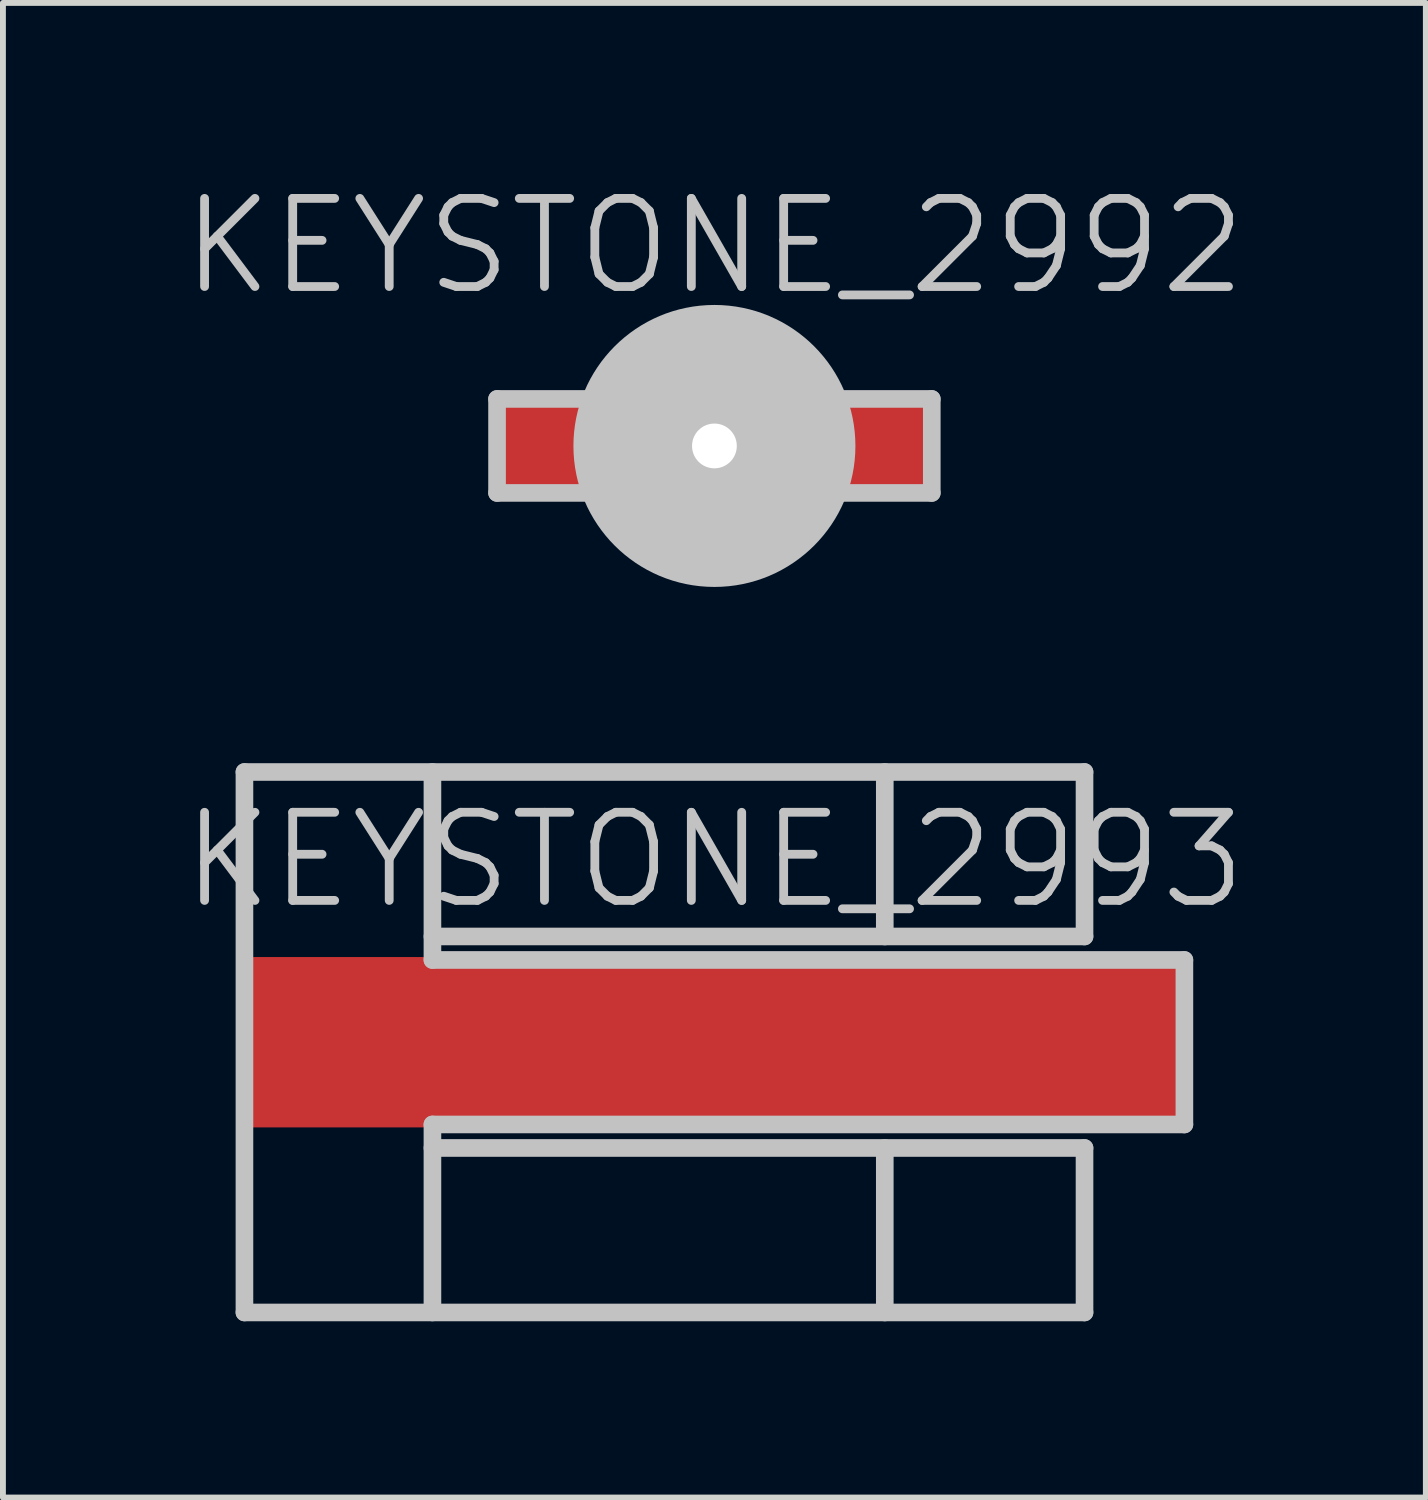
<source format=kicad_pcb>
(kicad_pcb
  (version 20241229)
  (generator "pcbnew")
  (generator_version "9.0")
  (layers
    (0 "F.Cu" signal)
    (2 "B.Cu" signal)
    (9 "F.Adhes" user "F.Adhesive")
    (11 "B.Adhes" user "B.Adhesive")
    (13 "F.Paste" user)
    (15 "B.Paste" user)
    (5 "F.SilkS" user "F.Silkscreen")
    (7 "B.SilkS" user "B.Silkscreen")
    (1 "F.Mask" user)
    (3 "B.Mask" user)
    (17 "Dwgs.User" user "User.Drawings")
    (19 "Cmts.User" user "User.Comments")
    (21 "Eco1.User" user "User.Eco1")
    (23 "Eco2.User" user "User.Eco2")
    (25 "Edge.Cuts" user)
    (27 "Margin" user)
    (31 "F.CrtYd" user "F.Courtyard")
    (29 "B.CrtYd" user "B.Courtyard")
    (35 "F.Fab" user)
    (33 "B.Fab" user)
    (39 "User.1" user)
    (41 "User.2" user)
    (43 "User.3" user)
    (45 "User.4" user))
  (footprint "KEYSTONE_2993"
    (layer "F.Cu")
    (at 9.111 14.691)
    (property "Reference" "KEYSTONE_2993" (at 0 -3.1 0) (layer "Dwgs.User") (effects (font (size 1.5 1.5) (thickness 0.15))))
    (attr smd)
    (fp_line (start -8 -4.6) (end -8 4.6) (stroke (width 0.3) (type solid)) (layer "Dwgs.User"))
    (fp_line (start -8 -4.6) (end 6.3 -4.6) (stroke (width 0.3) (type solid)) (layer "Dwgs.User"))
    (fp_line (start -4.8 -1.4) (end -4.8 -4.6) (stroke (width 0.3) (type solid)) (layer "Dwgs.User"))
    (fp_line (start -4.8 -1.4) (end 8 -1.4) (stroke (width 0.3) (type solid)) (layer "Dwgs.User"))
    (fp_line (start -4.8 1.4) (end -4.8 4.6) (stroke (width 0.3) (type solid)) (layer "Dwgs.User"))
    (fp_line (start 2.9 -1.8) (end 2.9 -4.6) (stroke (width 0.3) (type solid)) (layer "Dwgs.User"))
    (fp_line (start 2.9 1.8) (end 2.9 4.6) (stroke (width 0.3) (type solid)) (layer "Dwgs.User"))
    (fp_line (start 6.3 -4.6) (end 6.3 -1.8) (stroke (width 0.3) (type solid)) (layer "Dwgs.User"))
    (fp_line (start 6.3 -1.8) (end -4.8 -1.8) (stroke (width 0.3) (type solid)) (layer "Dwgs.User"))
    (fp_line (start 6.3 1.8) (end -4.8 1.8) (stroke (width 0.3) (type solid)) (layer "Dwgs.User"))
    (fp_line (start 6.3 4.6) (end -8 4.6) (stroke (width 0.3) (type solid)) (layer "Dwgs.User"))
    (fp_line (start 6.3 4.6) (end 6.3 1.8) (stroke (width 0.3) (type solid)) (layer "Dwgs.User"))
    (fp_line (start 8 -1.4) (end 8 1.4) (stroke (width 0.3) (type solid)) (layer "Dwgs.User"))
    (fp_line (start 8 1.4) (end -4.8 1.4) (stroke (width 0.3) (type solid)) (layer "Dwgs.User"))
    (pad "1" smd rect (at 0 0) (size 16 2.9) (layers "F.Cu" "F.Mask" "F.Paste")))
  (footprint "KEYSTONE_2992"
    (layer "F.Cu")
    (at 9.111 4.541)
    (property "Reference" "KEYSTONE_2992" (at 0 -3.4 0) (layer "Dwgs.User") (effects (font (size 1.5 1.5) (thickness 0.15))))
    (attr smd)
    (fp_line (start -3.7 -0.8) (end -3.7 0.8) (stroke (width 0.3) (type solid)) (layer "Dwgs.User"))
    (fp_line (start -3.7 -0.8) (end -2 -0.8) (stroke (width 0.3) (type solid)) (layer "Dwgs.User"))
    (fp_line (start -3.7 0.8) (end -2 0.8) (stroke (width 0.3) (type solid)) (layer "Dwgs.User"))
    (fp_line (start 3.7 -0.8) (end 2 -0.8) (stroke (width 0.3) (type solid)) (layer "Dwgs.User"))
    (fp_line (start 3.7 -0.8) (end 3.7 0.8) (stroke (width 0.3) (type solid)) (layer "Dwgs.User"))
    (fp_line (start 3.7 0.8) (end 2 0.8) (stroke (width 0.3) (type solid)) (layer "Dwgs.User"))
    (pad "" np_thru_hole circle (at 0 0) (size 4.8 4.8) (drill 0.762) (layers "Dwgs.User"))
    (pad "1" smd rect (at -2.9 0) (size 1.8 1.8) (layers "F.Cu" "F.Mask" "F.Paste"))
    (pad "1" smd rect (at 2.9 0) (size 1.8 1.8) (layers "F.Cu" "F.Mask" "F.Paste")))
  (gr_rect
    (start -3 -3)
    (end 21.221 22.441)
    (stroke (width 0.1) (type default))
    (fill no)
    (layer "Edge.Cuts")))
</source>
